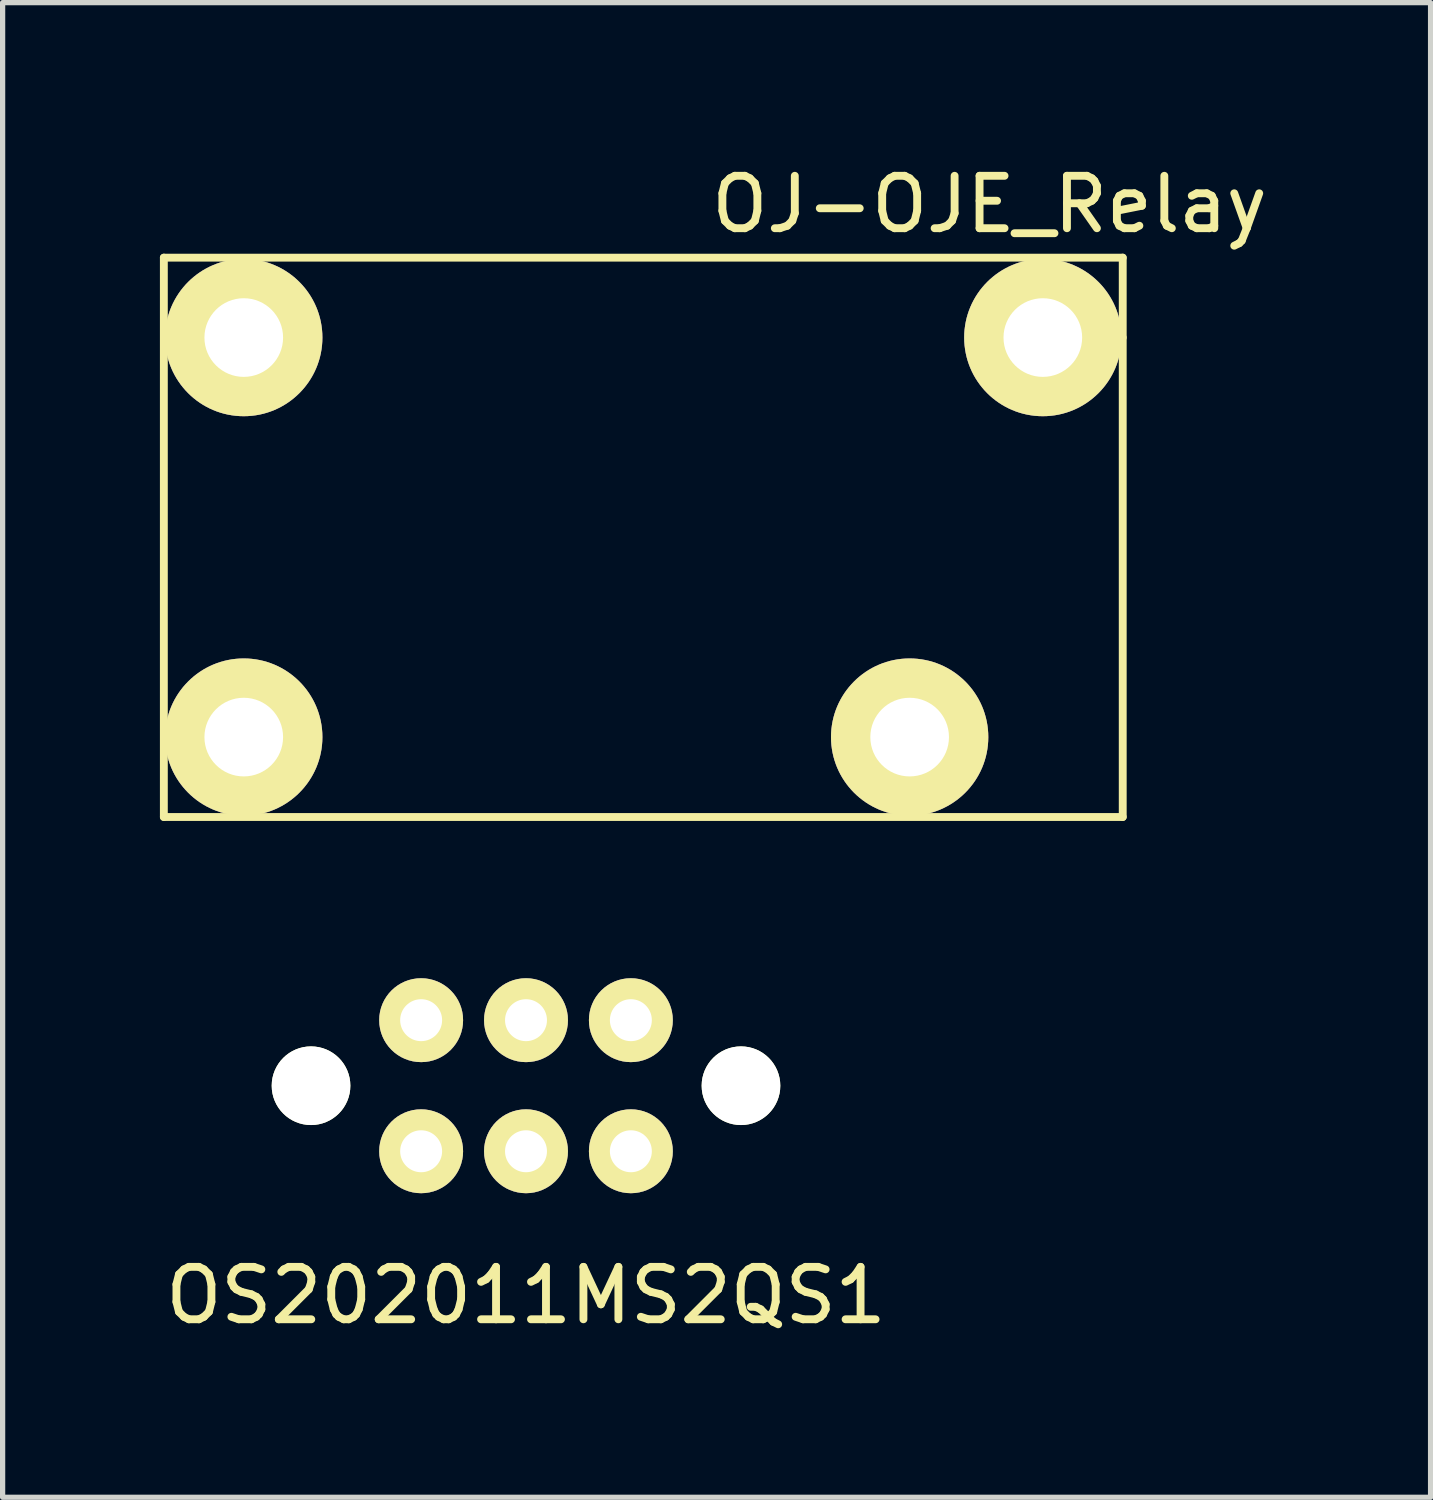
<source format=kicad_pcb>
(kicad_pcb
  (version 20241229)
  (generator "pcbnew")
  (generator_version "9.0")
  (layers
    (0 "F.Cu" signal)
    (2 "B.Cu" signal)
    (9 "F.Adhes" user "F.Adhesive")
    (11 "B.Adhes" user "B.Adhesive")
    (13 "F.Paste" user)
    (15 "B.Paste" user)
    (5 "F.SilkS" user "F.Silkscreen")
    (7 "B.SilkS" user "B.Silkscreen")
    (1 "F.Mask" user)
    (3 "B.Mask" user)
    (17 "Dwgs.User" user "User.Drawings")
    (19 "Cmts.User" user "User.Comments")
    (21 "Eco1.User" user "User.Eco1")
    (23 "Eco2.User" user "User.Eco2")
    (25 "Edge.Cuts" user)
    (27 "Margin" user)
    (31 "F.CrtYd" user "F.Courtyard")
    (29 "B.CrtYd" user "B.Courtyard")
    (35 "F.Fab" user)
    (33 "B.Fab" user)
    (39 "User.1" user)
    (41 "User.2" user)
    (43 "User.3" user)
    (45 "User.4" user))
  (footprint "OJ-OJE_Relay"
    (layer "F.Cu")
    (at 6.679 8.468)
    (property "Reference" "OJ-OJE_Relay" (at 9.144 -7.62 0) (layer "F.SilkS") (effects (font (size 1 1) (thickness 0.15))))
    (attr through_hole)
    (fp_line (start -6.604 -6.604) (end -6.604 4.064) (stroke (width 0.15) (type solid)) (layer "F.SilkS"))
    (fp_line (start -6.604 4.064) (end 11.684 4.064) (stroke (width 0.15) (type solid)) (layer "F.SilkS"))
    (fp_line (start 11.684 -6.604) (end -6.604 -6.604) (stroke (width 0.15) (type solid)) (layer "F.SilkS"))
    (fp_line (start 11.684 -5.08) (end 11.684 -6.604) (stroke (width 0.15) (type solid)) (layer "F.SilkS"))
    (fp_line (start 11.684 4.064) (end 11.684 -5.08) (stroke (width 0.15) (type solid)) (layer "F.SilkS"))
    (pad "1" thru_hole circle (at -5.08 -5.08) (size 3 3) (drill 1.5) (layers "*.Cu" "*.Mask" "F.SilkS"))
    (pad "2" thru_hole circle (at -5.08 2.54) (size 3 3) (drill 1.5) (layers "*.Cu" "*.Mask" "F.SilkS"))
    (pad "3" thru_hole circle (at 10.16 -5.08) (size 3 3) (drill 1.5) (layers "*.Cu" "*.Mask" "F.SilkS"))
    (pad "4" thru_hole circle (at 7.62 2.54) (size 3 3) (drill 1.5) (layers "*.Cu" "*.Mask" "F.SilkS")))
  (footprint "OS202011MS2QS1"
    (layer "F.Cu")
    (at 6.982 17.657)
    (property "Reference" "OS202011MS2QS1" (at 0 4 0) (layer "F.SilkS") (effects (font (size 1 1) (thickness 0.15))))
    (attr through_hole)
    (pad "" np_thru_hole circle (at -4.1 0) (size 1.5 1.5) (drill 1.5) (layers "*.Cu" "*.Mask" "F.SilkS"))
    (pad "" np_thru_hole circle (at 4.1 0) (size 1.5 1.5) (drill 1.5) (layers "*.Cu" "*.Mask" "F.SilkS"))
    (pad "1" thru_hole circle (at -2 -1.25) (size 1.6 1.6) (drill 0.8) (layers "*.Cu" "*.Mask" "F.SilkS"))
    (pad "2" thru_hole circle (at 0 -1.25) (size 1.6 1.6) (drill 0.8) (layers "*.Cu" "*.Mask" "F.SilkS"))
    (pad "3" thru_hole circle (at 2 -1.25) (size 1.6 1.6) (drill 0.8) (layers "*.Cu" "*.Mask" "F.SilkS"))
    (pad "4" thru_hole circle (at -2 1.25) (size 1.6 1.6) (drill 0.8) (layers "*.Cu" "*.Mask" "F.SilkS"))
    (pad "5" thru_hole circle (at 0 1.25) (size 1.6 1.6) (drill 0.8) (layers "*.Cu" "*.Mask" "F.SilkS"))
    (pad "6" thru_hole circle (at 2 1.25) (size 1.6 1.6) (drill 0.8) (layers "*.Cu" "*.Mask" "F.SilkS")))
  (gr_rect
    (start -3 -3)
    (end 24.234 25.506)
    (stroke (width 0.1) (type default))
    (fill no)
    (layer "Edge.Cuts")))
</source>
